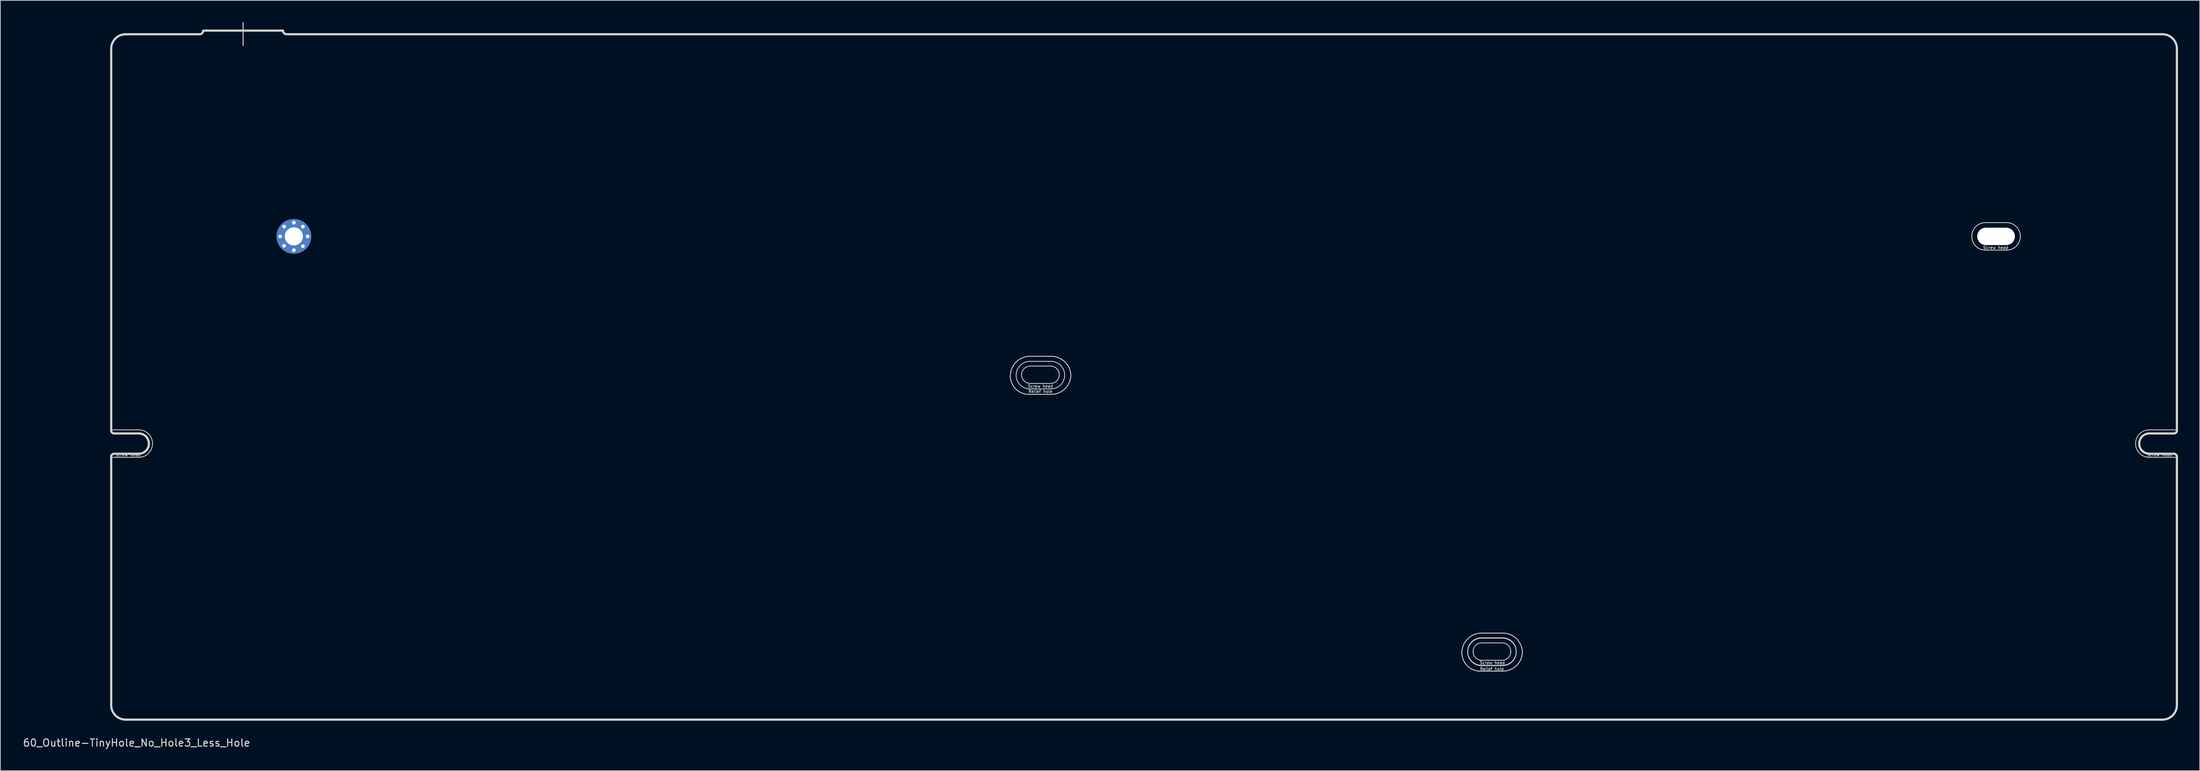
<source format=kicad_pcb>
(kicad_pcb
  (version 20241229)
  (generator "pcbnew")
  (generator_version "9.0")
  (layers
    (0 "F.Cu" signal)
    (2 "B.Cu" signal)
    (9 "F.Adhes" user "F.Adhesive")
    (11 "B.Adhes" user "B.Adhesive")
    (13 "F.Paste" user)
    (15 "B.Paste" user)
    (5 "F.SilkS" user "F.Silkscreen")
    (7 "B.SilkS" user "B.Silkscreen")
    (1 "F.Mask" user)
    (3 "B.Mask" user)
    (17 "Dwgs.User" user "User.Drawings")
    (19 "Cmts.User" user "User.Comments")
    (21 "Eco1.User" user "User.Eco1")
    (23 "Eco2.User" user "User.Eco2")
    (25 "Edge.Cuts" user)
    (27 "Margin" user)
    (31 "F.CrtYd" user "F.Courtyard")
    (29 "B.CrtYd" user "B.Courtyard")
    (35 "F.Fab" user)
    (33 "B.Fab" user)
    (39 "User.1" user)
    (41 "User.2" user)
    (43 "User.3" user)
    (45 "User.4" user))
  (footprint "60_Outline-TinyHole_No_Hole3_Less_Hole"
    (layer "F.Cu")
    (at 154.792 48.975)
    (property "Reference" "60_Outline-TinyHole_No_Hole3_Less_Hole" (at -139 50.5 0) (layer "Edge.Cuts") (effects (font (size 1 1) (thickness 0.15))))
    (attr through_hole)
    (fp_line (start -142.5 7.3) (end -138.7 7.3) (stroke (width 0.12) (type solid)) (layer "Dwgs.User"))
    (fp_line (start -142.5 11.1) (end -138.7 11.1) (stroke (width 0.12) (type solid)) (layer "Dwgs.User"))
    (fp_line (start -124.3 -48.9) (end -124.3 -45.75) (stroke (width 0.15) (type solid)) (layer "Dwgs.User"))
    (fp_line (start -15.75 -2.15) (end -12.85 -2.15) (stroke (width 0.12) (type solid)) (layer "Dwgs.User"))
    (fp_line (start -15.75 1.65) (end -12.85 1.65) (stroke (width 0.12) (type solid)) (layer "Dwgs.User"))
    (fp_line (start -15.7 -1.5) (end -12.9 -1.5) (stroke (width 0.12) (type solid)) (layer "Dwgs.User"))
    (fp_line (start -12.9 0.9) (end -15.7 0.9) (stroke (width 0.12) (type solid)) (layer "Dwgs.User"))
    (fp_line (start 46.55 36) (end 49.45 36) (stroke (width 0.12) (type solid)) (layer "Dwgs.User"))
    (fp_line (start 46.55 39.8) (end 49.45 39.8) (stroke (width 0.12) (type solid)) (layer "Dwgs.User"))
    (fp_line (start 46.551 36.055) (end 49.451 36.055) (stroke (width 0.12) (type solid)) (layer "Dwgs.User"))
    (fp_line (start 46.551 39.855) (end 49.451 39.855) (stroke (width 0.12) (type solid)) (layer "Dwgs.User"))
    (fp_line (start 46.601 36.705) (end 49.401 36.705) (stroke (width 0.12) (type solid)) (layer "Dwgs.User"))
    (fp_line (start 49.401 39.105) (end 46.601 39.105) (stroke (width 0.12) (type solid)) (layer "Dwgs.User"))
    (fp_line (start 116.1 -21.3) (end 119 -21.3) (stroke (width 0.12) (type solid)) (layer "Dwgs.User"))
    (fp_line (start 116.1 -17.5) (end 119 -17.5) (stroke (width 0.12) (type solid)) (layer "Dwgs.User"))
    (fp_line (start 138.7 7.3) (end 142.5 7.3) (stroke (width 0.12) (type solid)) (layer "Dwgs.User"))
    (fp_line (start 138.7 11.1) (end 142.5 11.1) (stroke (width 0.12) (type solid)) (layer "Dwgs.User"))
    (fp_arc (start -138.7 7.3) (mid -137.356497 7.856497) (end -136.8 9.2) (stroke (width 0.12) (type solid)) (layer "Dwgs.User"))
    (fp_arc (start -136.8 9.2) (mid -137.356497 10.543503) (end -138.7 11.1) (stroke (width 0.12) (type solid)) (layer "Dwgs.User"))
    (fp_arc (start -17.65 -0.25) (mid -17.093503 -1.593503) (end -15.75 -2.15) (stroke (width 0.12) (type solid)) (layer "Dwgs.User"))
    (fp_arc (start -16.9 -0.3) (mid -16.548528 -1.148528) (end -15.7 -1.5) (stroke (width 0.12) (type solid)) (layer "Dwgs.User"))
    (fp_arc (start -15.75 1.65) (mid -17.093503 1.093503) (end -17.65 -0.25) (stroke (width 0.12) (type solid)) (layer "Dwgs.User"))
    (fp_arc (start -15.7 0.9) (mid -16.548528 0.548528) (end -16.9 -0.3) (stroke (width 0.12) (type solid)) (layer "Dwgs.User"))
    (fp_arc (start -12.9 -1.5) (mid -12.051472 -1.148528) (end -11.7 -0.3) (stroke (width 0.12) (type solid)) (layer "Dwgs.User"))
    (fp_arc (start -12.85 -2.15) (mid -11.506497 -1.593503) (end -10.95 -0.25) (stroke (width 0.12) (type solid)) (layer "Dwgs.User"))
    (fp_arc (start -11.7 -0.3) (mid -12.051472 0.548528) (end -12.9 0.9) (stroke (width 0.12) (type solid)) (layer "Dwgs.User"))
    (fp_arc (start -10.95 -0.25) (mid -11.506497 1.093503) (end -12.85 1.65) (stroke (width 0.12) (type solid)) (layer "Dwgs.User"))
    (fp_arc (start 44.65 37.9) (mid 45.206497 36.556497) (end 46.55 36) (stroke (width 0.12) (type solid)) (layer "Dwgs.User"))
    (fp_arc (start 44.651167 37.955456) (mid 45.207664 36.611953) (end 46.551167 36.055456) (stroke (width 0.12) (type solid)) (layer "Dwgs.User"))
    (fp_arc (start 45.401167 37.905456) (mid 45.752639 37.056928) (end 46.601167 36.705456) (stroke (width 0.12) (type solid)) (layer "Dwgs.User"))
    (fp_arc (start 46.55 39.8) (mid 45.206497 39.243503) (end 44.65 37.9) (stroke (width 0.12) (type solid)) (layer "Dwgs.User"))
    (fp_arc (start 46.551167 39.855456) (mid 45.207664 39.298959) (end 44.651167 37.955456) (stroke (width 0.12) (type solid)) (layer "Dwgs.User"))
    (fp_arc (start 46.601167 39.105456) (mid 45.752639 38.753984) (end 45.401167 37.905456) (stroke (width 0.12) (type solid)) (layer "Dwgs.User"))
    (fp_arc (start 49.401167 36.705456) (mid 50.249695 37.056928) (end 50.601167 37.905456) (stroke (width 0.12) (type solid)) (layer "Dwgs.User"))
    (fp_arc (start 49.45 36) (mid 50.793503 36.556497) (end 51.35 37.9) (stroke (width 0.12) (type solid)) (layer "Dwgs.User"))
    (fp_arc (start 49.451167 36.055456) (mid 50.79467 36.611953) (end 51.351167 37.955456) (stroke (width 0.12) (type solid)) (layer "Dwgs.User"))
    (fp_arc (start 50.601167 37.905456) (mid 50.249695 38.753984) (end 49.401167 39.105456) (stroke (width 0.12) (type solid)) (layer "Dwgs.User"))
    (fp_arc (start 51.35 37.9) (mid 50.793503 39.243503) (end 49.45 39.8) (stroke (width 0.12) (type solid)) (layer "Dwgs.User"))
    (fp_arc (start 51.351167 37.955456) (mid 50.79467 39.298959) (end 49.451167 39.855456) (stroke (width 0.12) (type solid)) (layer "Dwgs.User"))
    (fp_arc (start 114.2 -19.4) (mid 114.756497 -20.743503) (end 116.1 -21.3) (stroke (width 0.12) (type solid)) (layer "Dwgs.User"))
    (fp_arc (start 116.1 -17.5) (mid 114.756497 -18.056497) (end 114.2 -19.4) (stroke (width 0.12) (type solid)) (layer "Dwgs.User"))
    (fp_arc (start 119 -21.3) (mid 120.343503 -20.743503) (end 120.9 -19.4) (stroke (width 0.12) (type solid)) (layer "Dwgs.User"))
    (fp_arc (start 120.9 -19.4) (mid 120.343503 -18.056497) (end 119 -17.5) (stroke (width 0.12) (type solid)) (layer "Dwgs.User"))
    (fp_arc (start 136.8 9.2) (mid 137.356497 7.856497) (end 138.7 7.3) (stroke (width 0.12) (type solid)) (layer "Dwgs.User"))
    (fp_arc (start 138.7 11.1) (mid 137.356497 10.543503) (end 136.8 9.2) (stroke (width 0.12) (type solid)) (layer "Dwgs.User"))
    (fp_line (start -142.5 7.4) (end -142.5 -45.3) (stroke (width 0.3) (type solid)) (layer "Edge.Cuts"))
    (fp_line (start -142.5 45.3) (end -142.5 11) (stroke (width 0.3) (type solid)) (layer "Edge.Cuts"))
    (fp_line (start -142.1 10.6) (end -138.7 10.6) (stroke (width 0.3) (type solid)) (layer "Edge.Cuts"))
    (fp_line (start -140.5 -47.3) (end -130.3 -47.3) (stroke (width 0.3) (type solid)) (layer "Edge.Cuts"))
    (fp_line (start -138.7 7.8) (end -142.1 7.8) (stroke (width 0.3) (type solid)) (layer "Edge.Cuts"))
    (fp_line (start -129.8 -47.8) (end -118.8 -47.8) (stroke (width 0.3) (type solid)) (layer "Edge.Cuts"))
    (fp_line (start -15.85 -2.85) (end -12.95 -2.85) (stroke (width 0.12) (type solid)) (layer "Edge.Cuts"))
    (fp_line (start -15.75 2.4) (end -12.85 2.4) (stroke (width 0.12) (type solid)) (layer "Edge.Cuts"))
    (fp_line (start 46.451 35.355) (end 49.351 35.355) (stroke (width 0.12) (type solid)) (layer "Edge.Cuts"))
    (fp_line (start 46.551 40.605) (end 49.451 40.605) (stroke (width 0.12) (type solid)) (layer "Edge.Cuts"))
    (fp_line (start 138.7 7.8) (end 142.1 7.8) (stroke (width 0.3) (type solid)) (layer "Edge.Cuts"))
    (fp_line (start 138.7 10.6) (end 142.1 10.6) (stroke (width 0.3) (type solid)) (layer "Edge.Cuts"))
    (fp_line (start 140.5 -47.3) (end -118.3 -47.3) (stroke (width 0.3) (type solid)) (layer "Edge.Cuts"))
    (fp_line (start 140.5 47.3) (end -140.5 47.3) (stroke (width 0.3) (type solid)) (layer "Edge.Cuts"))
    (fp_line (start 142.5 7.4) (end 142.5 -45.3) (stroke (width 0.3) (type solid)) (layer "Edge.Cuts"))
    (fp_line (start 142.5 11) (end 142.5 45.3) (stroke (width 0.3) (type solid)) (layer "Edge.Cuts"))
    (fp_arc (start -142.5 -45.3) (mid -141.914214 -46.714214) (end -140.5 -47.3) (stroke (width 0.3) (type solid)) (layer "Edge.Cuts"))
    (fp_arc (start -142.5 11) (mid -142.382843 10.717157) (end -142.1 10.6) (stroke (width 0.3) (type solid)) (layer "Edge.Cuts"))
    (fp_arc (start -142.1 7.8) (mid -142.382843 7.682843) (end -142.5 7.4) (stroke (width 0.3) (type solid)) (layer "Edge.Cuts"))
    (fp_arc (start -140.5 47.3) (mid -141.914214 46.714214) (end -142.5 45.3) (stroke (width 0.3) (type solid)) (layer "Edge.Cuts"))
    (fp_arc (start -138.7 7.8) (mid -137.710051 8.210051) (end -137.3 9.2) (stroke (width 0.3) (type solid)) (layer "Edge.Cuts"))
    (fp_arc (start -137.3 9.2) (mid -137.710051 10.189949) (end -138.7 10.6) (stroke (width 0.3) (type solid)) (layer "Edge.Cuts"))
    (fp_arc (start -129.8 -47.8) (mid -129.946447 -47.446447) (end -130.3 -47.3) (stroke (width 0.3) (type solid)) (layer "Edge.Cuts"))
    (fp_arc (start -118.3 -47.3) (mid -118.653553 -47.446447) (end -118.8 -47.8) (stroke (width 0.3) (type solid)) (layer "Edge.Cuts"))
    (fp_arc (start -18.45 0) (mid -17.740254 -1.963478) (end -15.85 -2.85) (stroke (width 0.12) (type solid)) (layer "Edge.Cuts"))
    (fp_arc (start -15.75 2.4) (mid -17.597056 1.759188) (end -18.45 0) (stroke (width 0.12) (type solid)) (layer "Edge.Cuts"))
    (fp_arc (start -12.95 -2.85) (mid -10.986522 -2.140254) (end -10.1 -0.25) (stroke (width 0.12) (type solid)) (layer "Edge.Cuts"))
    (fp_arc (start -10.1 -0.25) (mid -10.926167 1.644544) (end -12.85 2.4) (stroke (width 0.12) (type solid)) (layer "Edge.Cuts"))
    (fp_arc (start 43.851167 38.205456) (mid 44.560913 36.241978) (end 46.451167 35.355456) (stroke (width 0.12) (type solid)) (layer "Edge.Cuts"))
    (fp_arc (start 46.551167 40.605456) (mid 44.704111 39.964644) (end 43.851167 38.205456) (stroke (width 0.12) (type solid)) (layer "Edge.Cuts"))
    (fp_arc (start 49.351167 35.355456) (mid 51.314645 36.065202) (end 52.201167 37.955456) (stroke (width 0.12) (type solid)) (layer "Edge.Cuts"))
    (fp_arc (start 52.201167 37.955456) (mid 51.375 39.85) (end 49.451167 40.605456) (stroke (width 0.12) (type solid)) (layer "Edge.Cuts"))
    (fp_arc (start 137.3 9.2) (mid 137.710051 8.210051) (end 138.7 7.8) (stroke (width 0.3) (type solid)) (layer "Edge.Cuts"))
    (fp_arc (start 138.7 10.6) (mid 137.710051 10.189949) (end 137.3 9.2) (stroke (width 0.3) (type solid)) (layer "Edge.Cuts"))
    (fp_arc (start 140.5 -47.3) (mid 141.914214 -46.714214) (end 142.5 -45.3) (stroke (width 0.3) (type solid)) (layer "Edge.Cuts"))
    (fp_arc (start 142.1 10.6) (mid 142.382843 10.717157) (end 142.5 11) (stroke (width 0.3) (type solid)) (layer "Edge.Cuts"))
    (fp_arc (start 142.5 7.4) (mid 142.382843 7.682843) (end 142.1 7.8) (stroke (width 0.3) (type solid)) (layer "Edge.Cuts"))
    (fp_arc (start 142.5 45.3) (mid 141.914214 46.714214) (end 140.5 47.3) (stroke (width 0.3) (type solid)) (layer "Edge.Cuts"))
    (fp_text user "Screw head" (at 48.05 39.45 0) (layer "Dwgs.User") (effects (font (size 0.4 0.4) (thickness 0.08))))
    (fp_text user "Screw head" (at -140.2 10.75 0) (layer "Dwgs.User") (effects (font (size 0.4 0.4) (thickness 0.08))))
    (fp_text user "Relief hole" (at -14.3 2 0) (layer "Dwgs.User") (effects (font (size 0.4 0.4) (thickness 0.08))))
    (fp_text user "Relief hole" (at 48 40.3 0) (layer "Dwgs.User") (effects (font (size 0.4 0.4) (thickness 0.08))))
    (fp_text user "Screw head" (at 117.5 -17.85 0) (layer "Dwgs.User") (effects (font (size 0.4 0.4) (thickness 0.08))))
    (fp_text user "Screw head" (at 140.1 10.75 0) (layer "Dwgs.User") (effects (font (size 0.4 0.4) (thickness 0.08))))
    (fp_text user "Screw head" (at -14.3 1.275 0) (layer "Dwgs.User") (effects (font (size 0.4 0.4) (thickness 0.08))))
    (pad "" np_thru_hole oval (at 117.55 -19.4) (size 5.2 2.4) (drill oval 5.2 2.4) (layers "*.Cu" "*.Mask"))
    (pad "1" thru_hole circle (at -119.2 -19.4) (size 1 1) (drill 0.5) (layers "*.Cu" "*.Mask"))
    (pad "1" thru_hole circle (at -118.65 -20.75) (size 1 1) (drill 0.5) (layers "*.Cu" "*.Mask"))
    (pad "1" thru_hole circle (at -118.65 -18.1) (size 1 1) (drill 0.5) (layers "*.Cu" "*.Mask"))
    (pad "1" thru_hole circle (at -117.3 -21.3) (size 1 1) (drill 0.5) (layers "*.Cu" "*.Mask"))
    (pad "1" thru_hole circle (at -117.3 -19.4) (size 4.8 4.8) (drill 2.499) (layers "*.Cu" "*.Mask"))
    (pad "1" thru_hole circle (at -117.3 -17.5) (size 1 1) (drill 0.5) (layers "*.Cu" "*.Mask"))
    (pad "1" thru_hole circle (at -116.05 -20.75) (size 1 1) (drill 0.5) (layers "*.Cu" "*.Mask"))
    (pad "1" thru_hole circle (at -116.05 -18.05) (size 1 1) (drill 0.5) (layers "*.Cu" "*.Mask"))
    (pad "1" thru_hole circle (at -115.4 -19.4) (size 1 1) (drill 0.5) (layers "*.Cu" "*.Mask")))
  (gr_rect
    (start -3 -3)
    (end 300.442 103.323)
    (stroke (width 0.1) (type default))
    (fill no)
    (layer "Edge.Cuts")))
</source>
